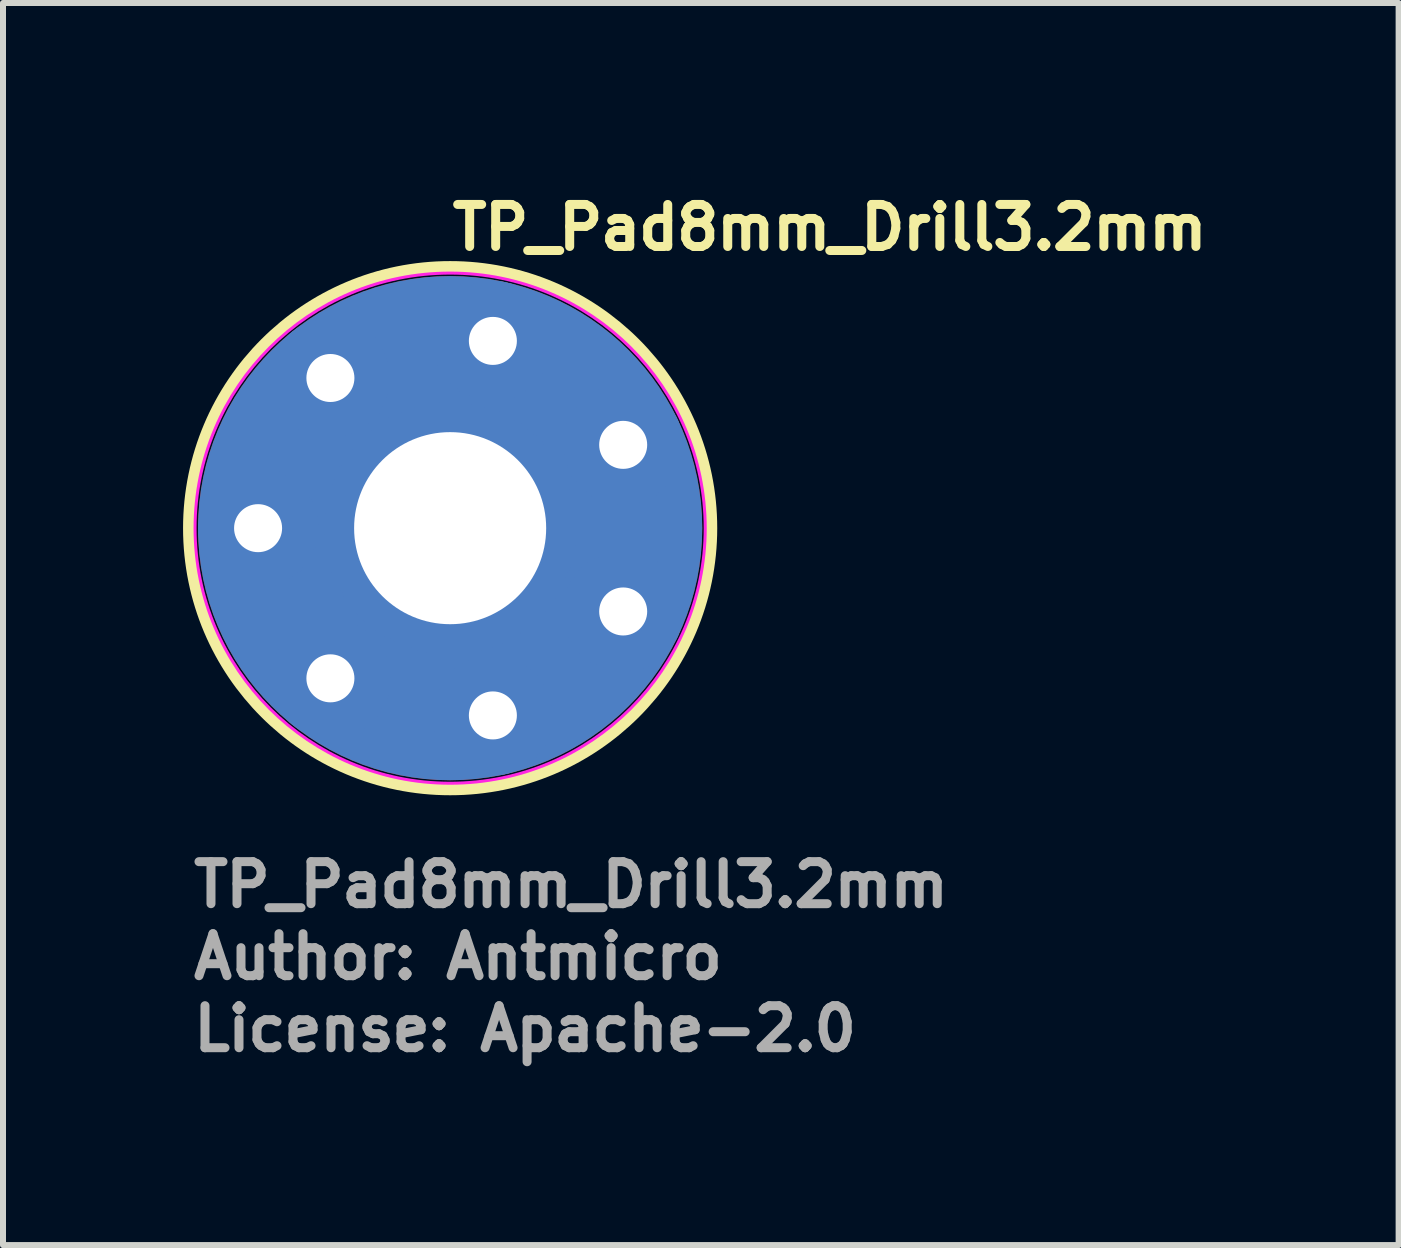
<source format=kicad_pcb>
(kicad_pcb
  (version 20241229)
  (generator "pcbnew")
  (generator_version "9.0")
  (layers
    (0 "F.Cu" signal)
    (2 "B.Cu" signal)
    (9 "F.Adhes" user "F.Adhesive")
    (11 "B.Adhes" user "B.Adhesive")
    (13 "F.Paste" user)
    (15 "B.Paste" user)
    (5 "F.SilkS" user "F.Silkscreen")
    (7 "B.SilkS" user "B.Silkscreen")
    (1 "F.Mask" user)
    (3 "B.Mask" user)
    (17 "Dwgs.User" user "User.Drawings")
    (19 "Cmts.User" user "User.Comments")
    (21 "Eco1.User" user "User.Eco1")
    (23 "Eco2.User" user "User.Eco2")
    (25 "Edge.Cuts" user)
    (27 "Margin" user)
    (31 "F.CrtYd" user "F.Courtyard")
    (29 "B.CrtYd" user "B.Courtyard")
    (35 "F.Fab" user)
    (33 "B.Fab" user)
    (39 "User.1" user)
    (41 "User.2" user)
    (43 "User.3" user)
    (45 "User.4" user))
  (footprint "TP_Pad8mm_Drill3.2mm"
    (layer "F.Cu")
    (at 4.45 5.75)
    (property "Reference" "TP_Pad8mm_Drill3.2mm" (at -0.04 -4.6 0) (layer "F.SilkS") (effects (font (size 0.7 0.7) (thickness 0.15)) (justify left bottom)))
    (attr exclude_from_pos_files exclude_from_bom)
    (fp_circle (center 0 0) (end 3.1 0) (stroke (width 2.2) (type solid)) (fill no) (layer "F.Cu"))
    (fp_circle (center 0 0) (end 3.1 0) (stroke (width 2.2) (type solid)) (fill no) (layer "F.Mask"))
    (fp_circle (center 0 0) (end 3.1 0) (stroke (width 2.2) (type solid)) (fill no) (layer "B.Cu"))
    (fp_circle (center 0 0) (end 4.35 0) (stroke (width 0.2) (type solid)) (fill no) (layer "F.SilkS"))
    (fp_circle (center 0 0) (end 4.25 0) (stroke (width 0.05) (type default)) (fill no) (layer "F.CrtYd"))
    (fp_text user "${REFERENCE}" (at -4.35 6.35 0) (layer "F.Fab") (effects (font (size 0.7 0.7) (thickness 0.15)) (justify left bottom)))
    (fp_text user "Author: Antmicro" (at -4.35 7.55 0) (layer "F.Fab") (effects (font (size 0.7 0.7) (thickness 0.15)) (justify left bottom)))
    (fp_text user "License: Apache-2.0" (at -4.35 8.75 0) (layer "F.Fab") (effects (font (size 0.7 0.7) (thickness 0.15)) (justify left bottom)))
    (pad "1" thru_hole circle (at -3.2 0) (size 2 2) (drill 0.8) (layers "*.Cu" "*.Mask"))
    (pad "1" thru_hole circle (at -1.995 -2.502 308.571) (size 2 2) (drill 0.8) (layers "*.Cu" "*.Mask"))
    (pad "1" thru_hole circle (at -1.995 2.502 51.428) (size 2 2) (drill 0.8) (layers "*.Cu" "*.Mask"))
    (pad "1" thru_hole circle (at 0 0 90) (size 4.2 4.2) (drill 3.2) (layers "*.Cu" "*.Mask"))
    (pad "1" thru_hole circle (at 0.712 -3.12 257.142) (size 2 2) (drill 0.8) (layers "*.Cu" "*.Mask"))
    (pad "1" thru_hole circle (at 0.712 3.12 102.857) (size 2 2) (drill 0.8) (layers "*.Cu" "*.Mask"))
    (pad "1" thru_hole circle (at 2.883 -1.388 205.714) (size 2 2) (drill 0.8) (layers "*.Cu" "*.Mask"))
    (pad "1" thru_hole circle (at 2.883 1.388 154.285) (size 2 2) (drill 0.8) (layers "*.Cu" "*.Mask")))
  (gr_rect
    (start -3 -3)
    (end 20.253 17.695)
    (stroke (width 0.1) (type default))
    (fill no)
    (layer "Edge.Cuts")))
</source>
